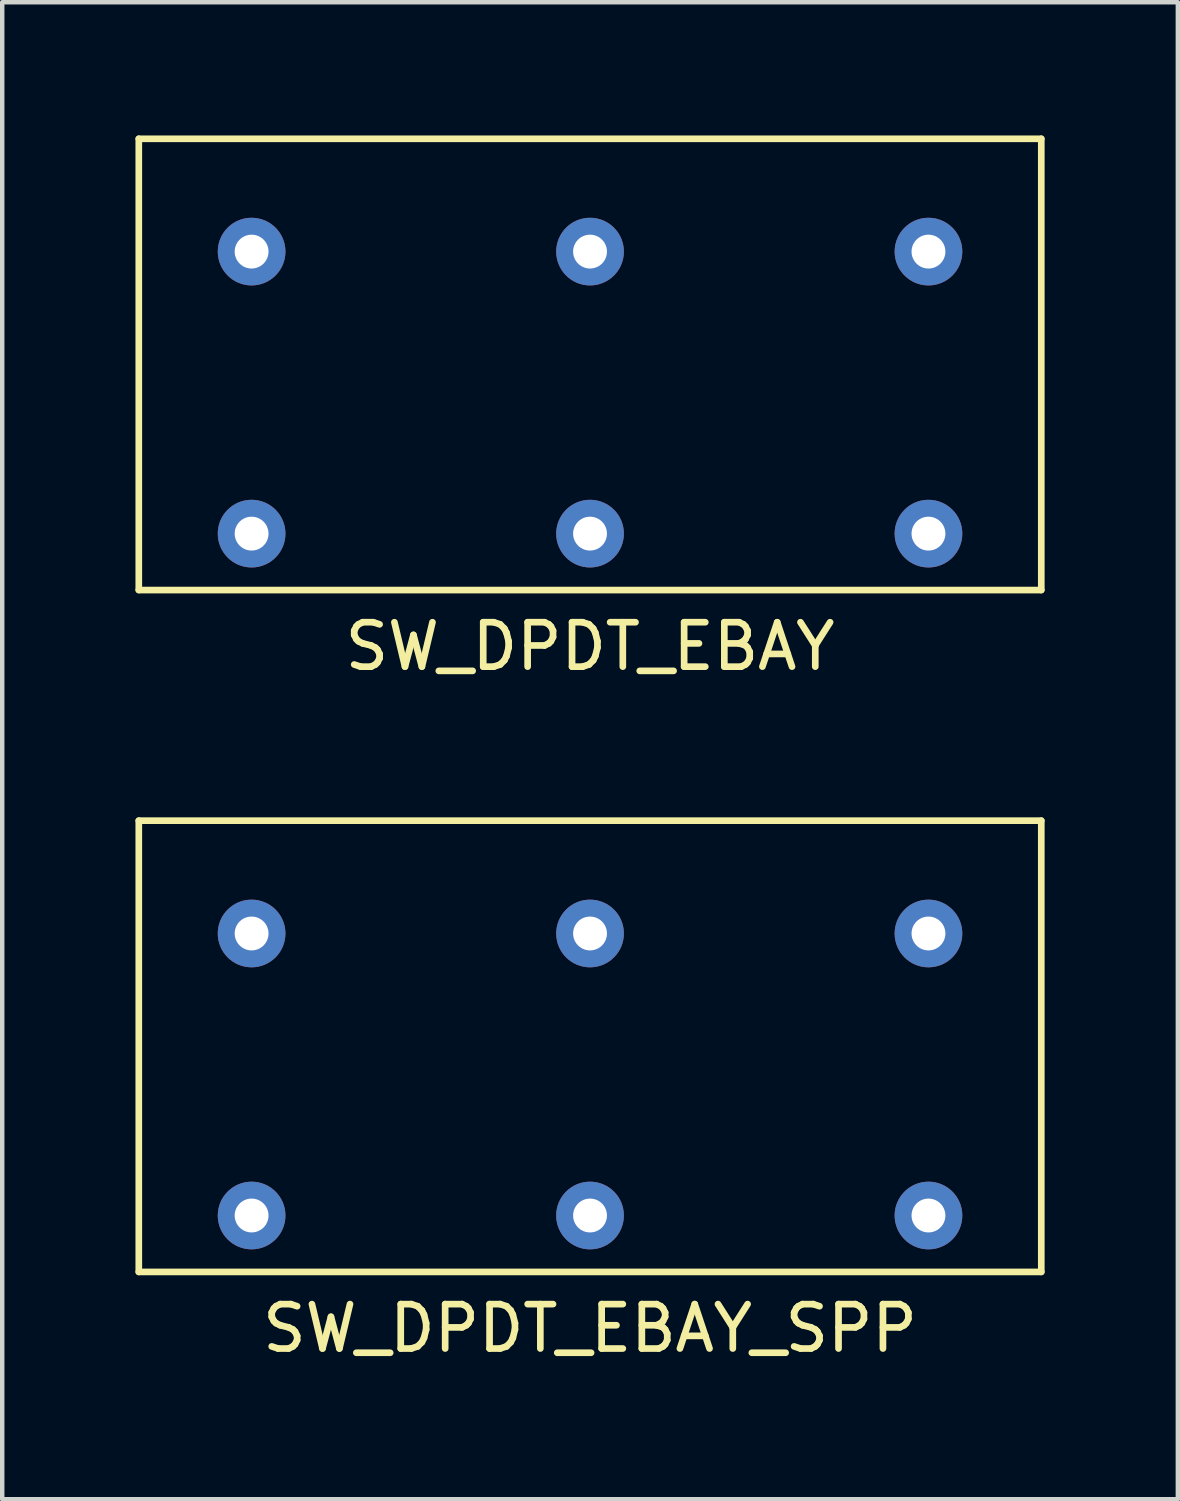
<source format=kicad_pcb>
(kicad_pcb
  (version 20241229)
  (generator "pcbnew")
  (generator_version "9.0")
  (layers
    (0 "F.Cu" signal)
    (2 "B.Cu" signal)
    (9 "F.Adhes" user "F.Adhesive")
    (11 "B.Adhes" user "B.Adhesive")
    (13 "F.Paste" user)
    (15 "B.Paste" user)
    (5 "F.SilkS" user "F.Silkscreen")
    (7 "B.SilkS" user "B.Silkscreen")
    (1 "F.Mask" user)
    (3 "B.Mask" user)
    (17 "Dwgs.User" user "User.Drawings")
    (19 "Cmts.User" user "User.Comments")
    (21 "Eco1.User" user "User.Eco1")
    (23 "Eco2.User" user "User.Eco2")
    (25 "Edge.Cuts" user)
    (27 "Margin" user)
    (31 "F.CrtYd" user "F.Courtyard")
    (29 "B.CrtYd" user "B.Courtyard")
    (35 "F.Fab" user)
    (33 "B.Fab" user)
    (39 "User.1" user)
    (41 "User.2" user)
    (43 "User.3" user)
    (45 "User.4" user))
  (footprint "SW_DPDT_EBAY"
    (layer "F.Cu")
    (at 10.235 5.155)
    (property "Reference" "SW_DPDT_EBAY" (at 0 6.35 0) (layer "F.SilkS") (effects (font (size 1 1) (thickness 0.15))))
    (attr through_hole)
    (fp_line (start -10.16 -5.08) (end 10.16 -5.08) (stroke (width 0.15) (type solid)) (layer "F.SilkS"))
    (fp_line (start -10.16 5.08) (end -10.16 -5.08) (stroke (width 0.15) (type solid)) (layer "F.SilkS"))
    (fp_line (start 10.16 -5.08) (end 10.16 5.08) (stroke (width 0.15) (type solid)) (layer "F.SilkS"))
    (fp_line (start 10.16 5.08) (end -10.16 5.08) (stroke (width 0.15) (type solid)) (layer "F.SilkS"))
    (pad "1" thru_hole circle (at -7.62 -2.54) (size 1.524 1.524) (drill 0.762) (layers "*.Cu" "*.Mask"))
    (pad "2" thru_hole circle (at 0 -2.54) (size 1.524 1.524) (drill 0.762) (layers "*.Cu" "*.Mask"))
    (pad "3" thru_hole circle (at 7.62 -2.54) (size 1.524 1.524) (drill 0.762) (layers "*.Cu" "*.Mask"))
    (pad "4" thru_hole circle (at 7.62 3.81) (size 1.524 1.524) (drill 0.762) (layers "*.Cu" "*.Mask"))
    (pad "5" thru_hole circle (at 0 3.81) (size 1.524 1.524) (drill 0.762) (layers "*.Cu" "*.Mask"))
    (pad "6" thru_hole circle (at -7.62 3.81) (size 1.524 1.524) (drill 0.762) (layers "*.Cu" "*.Mask")))
  (footprint "SW_DPDT_EBAY_SPP"
    (layer "F.Cu")
    (at 10.235 20.508)
    (property "Reference" "SW_DPDT_EBAY_SPP" (at 0 6.35 0) (layer "F.SilkS") (effects (font (size 1 1) (thickness 0.15))))
    (attr through_hole)
    (fp_line (start -10.16 -5.08) (end 10.16 -5.08) (stroke (width 0.15) (type solid)) (layer "F.SilkS"))
    (fp_line (start -10.16 5.08) (end -10.16 -5.08) (stroke (width 0.15) (type solid)) (layer "F.SilkS"))
    (fp_line (start 10.16 -5.08) (end 10.16 5.08) (stroke (width 0.15) (type solid)) (layer "F.SilkS"))
    (fp_line (start 10.16 5.08) (end -10.16 5.08) (stroke (width 0.15) (type solid)) (layer "F.SilkS"))
    (pad "1" thru_hole circle (at -7.62 -2.54) (size 1.524 1.524) (drill 0.762) (layers "*.Cu" "*.Mask"))
    (pad "1" thru_hole circle (at -7.62 3.81) (size 1.524 1.524) (drill 0.762) (layers "*.Cu" "*.Mask"))
    (pad "2" thru_hole circle (at 0 -2.54) (size 1.524 1.524) (drill 0.762) (layers "*.Cu" "*.Mask"))
    (pad "2" thru_hole circle (at 0 3.81) (size 1.524 1.524) (drill 0.762) (layers "*.Cu" "*.Mask"))
    (pad "3" thru_hole circle (at 7.62 -2.54) (size 1.524 1.524) (drill 0.762) (layers "*.Cu" "*.Mask"))
    (pad "3" thru_hole circle (at 7.62 3.81) (size 1.524 1.524) (drill 0.762) (layers "*.Cu" "*.Mask")))
  (gr_rect
    (start -3 -3)
    (end 23.47 30.706)
    (stroke (width 0.1) (type default))
    (fill no)
    (layer "Edge.Cuts")))
</source>
